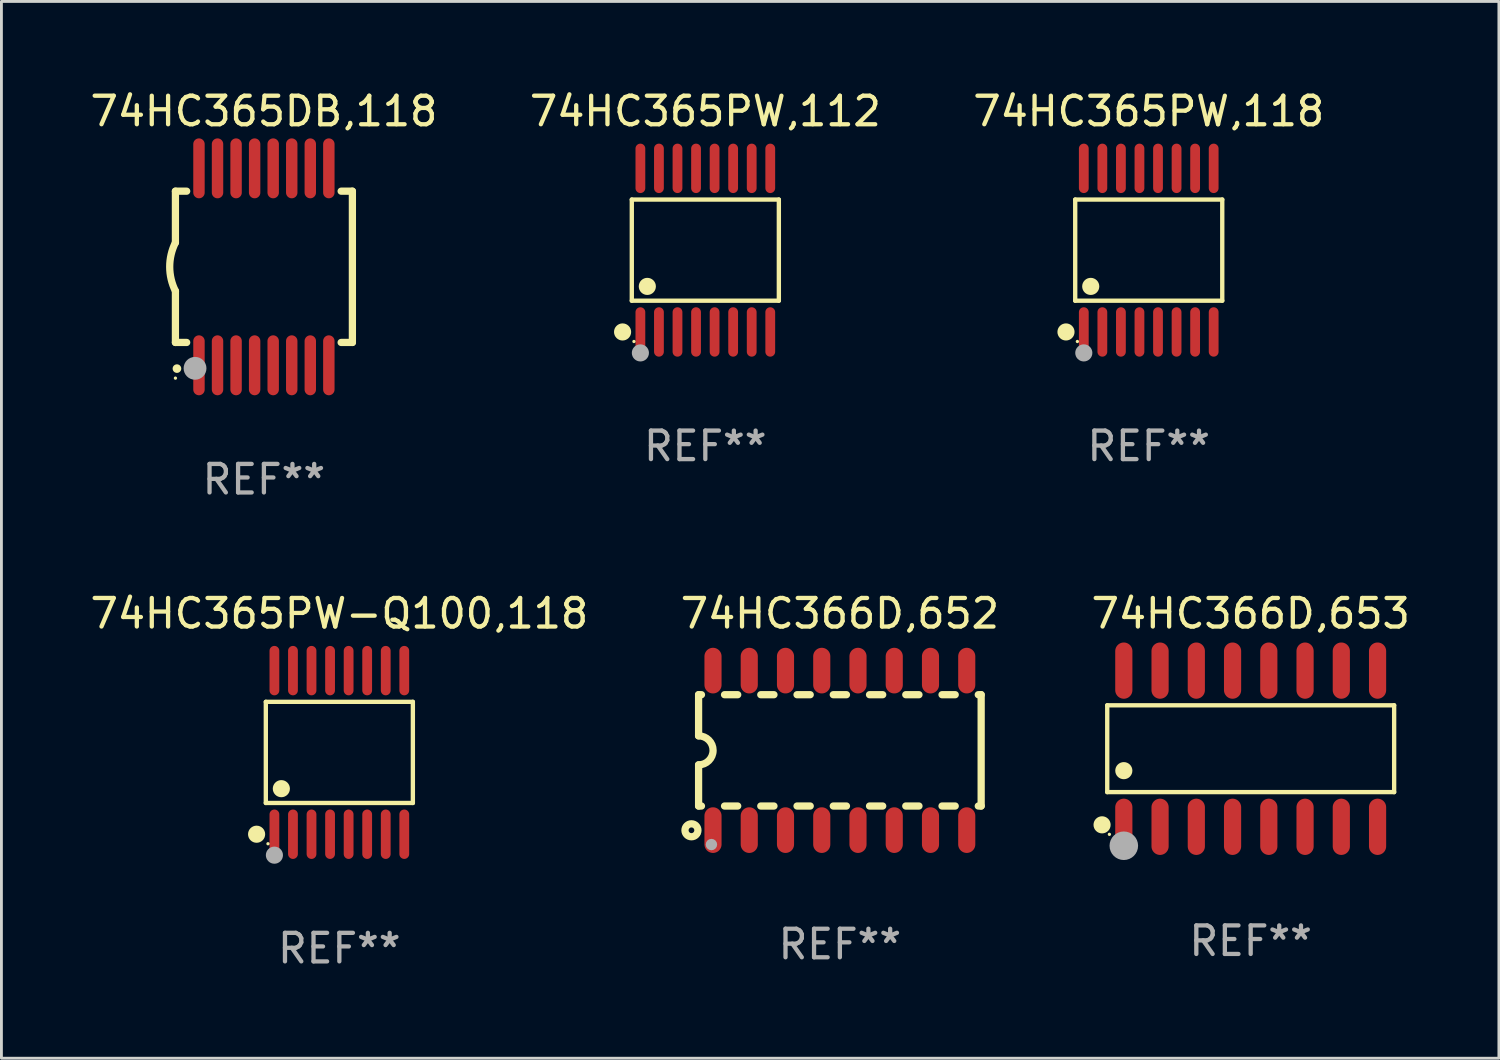
<source format=kicad_pcb>
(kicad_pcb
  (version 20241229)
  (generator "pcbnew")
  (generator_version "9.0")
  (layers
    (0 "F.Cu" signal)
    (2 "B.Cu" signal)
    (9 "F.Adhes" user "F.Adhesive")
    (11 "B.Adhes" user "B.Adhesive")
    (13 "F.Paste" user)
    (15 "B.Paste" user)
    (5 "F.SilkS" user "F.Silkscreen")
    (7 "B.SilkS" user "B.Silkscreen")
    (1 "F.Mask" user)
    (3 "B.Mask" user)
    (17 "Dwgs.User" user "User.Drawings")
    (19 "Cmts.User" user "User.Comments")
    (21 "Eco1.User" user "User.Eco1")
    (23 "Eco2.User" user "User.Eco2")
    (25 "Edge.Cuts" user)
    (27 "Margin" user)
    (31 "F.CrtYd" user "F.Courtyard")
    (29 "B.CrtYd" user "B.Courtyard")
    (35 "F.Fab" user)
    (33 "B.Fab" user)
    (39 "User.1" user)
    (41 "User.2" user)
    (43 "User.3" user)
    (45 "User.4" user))
  (footprint "74HC365PW,118"
    (layer "F.Cu")
    (at 37.196 5.714)
    (property "Reference" "74HC365PW,118" (at 0 -4.866 0) (layer "F.SilkS") (effects (font (size 1 1) (thickness 0.15))))
    (attr through_hole)
    (fp_line (start -2.576 -1.772) (end 2.576 -1.772) (stroke (width 0.152) (type solid)) (layer "F.SilkS"))
    (fp_line (start -2.576 1.771) (end -2.576 -1.772) (stroke (width 0.152) (type solid)) (layer "F.SilkS"))
    (fp_line (start 2.576 -1.772) (end 2.576 1.771) (stroke (width 0.152) (type solid)) (layer "F.SilkS"))
    (fp_line (start 2.576 1.771) (end -2.576 1.771) (stroke (width 0.152) (type solid)) (layer "F.SilkS"))
    (fp_circle (center -2.899 2.866) (end -2.749 2.866) (stroke (width 0.3) (type solid)) (fill no) (layer "F.SilkS"))
    (fp_circle (center -2.5 3.2) (end -2.47 3.2) (stroke (width 0.06) (type solid)) (fill no) (layer "F.SilkS"))
    (fp_circle (center -2.032 1.27) (end -1.882 1.27) (stroke (width 0.3) (type solid)) (fill no) (layer "F.SilkS"))
    (fp_circle (center -2.275 3.6) (end -2.125 3.6) (stroke (width 0.3) (type solid)) (fill no) (layer "F.Fab"))
    (fp_text user "REF**" (at 0 6.866 0) (layer "F.Fab") (effects (font (size 1 1) (thickness 0.15))))
    (pad "1" smd oval (at -2.275 2.866) (size 0.343 1.731) (layers "F.Cu" "F.Mask" "F.Paste"))
    (pad "2" smd oval (at -1.625 2.866) (size 0.343 1.731) (layers "F.Cu" "F.Mask" "F.Paste"))
    (pad "3" smd oval (at -0.975 2.866) (size 0.343 1.731) (layers "F.Cu" "F.Mask" "F.Paste"))
    (pad "4" smd oval (at -0.325 2.866) (size 0.343 1.731) (layers "F.Cu" "F.Mask" "F.Paste"))
    (pad "5" smd oval (at 0.325 2.866) (size 0.343 1.731) (layers "F.Cu" "F.Mask" "F.Paste"))
    (pad "6" smd oval (at 0.975 2.866) (size 0.343 1.731) (layers "F.Cu" "F.Mask" "F.Paste"))
    (pad "7" smd oval (at 1.625 2.866) (size 0.343 1.731) (layers "F.Cu" "F.Mask" "F.Paste"))
    (pad "8" smd oval (at 2.275 2.866) (size 0.343 1.731) (layers "F.Cu" "F.Mask" "F.Paste"))
    (pad "9" smd oval (at 2.275 -2.866) (size 0.343 1.731) (layers "F.Cu" "F.Mask" "F.Paste"))
    (pad "10" smd oval (at 1.625 -2.866) (size 0.343 1.731) (layers "F.Cu" "F.Mask" "F.Paste"))
    (pad "11" smd oval (at 0.975 -2.866) (size 0.343 1.731) (layers "F.Cu" "F.Mask" "F.Paste"))
    (pad "12" smd oval (at 0.325 -2.866) (size 0.343 1.731) (layers "F.Cu" "F.Mask" "F.Paste"))
    (pad "13" smd oval (at -0.325 -2.866) (size 0.343 1.731) (layers "F.Cu" "F.Mask" "F.Paste"))
    (pad "14" smd oval (at -0.975 -2.866) (size 0.343 1.731) (layers "F.Cu" "F.Mask" "F.Paste"))
    (pad "15" smd oval (at -1.625 -2.866) (size 0.343 1.731) (layers "F.Cu" "F.Mask" "F.Paste"))
    (pad "16" smd oval (at -2.275 -2.866) (size 0.343 1.731) (layers "F.Cu" "F.Mask" "F.Paste")))
  (footprint "74HC366D,653"
    (layer "F.Cu")
    (at 40.768 23.181)
    (property "Reference" "74HC366D,653" (at 0 -4.736 0) (layer "F.SilkS") (effects (font (size 1 1) (thickness 0.15))))
    (attr through_hole)
    (fp_line (start -5.026 -1.521) (end 5.026 -1.521) (stroke (width 0.152) (type solid)) (layer "F.SilkS"))
    (fp_line (start -5.026 1.521) (end -5.026 -1.521) (stroke (width 0.152) (type solid)) (layer "F.SilkS"))
    (fp_line (start 5.026 -1.521) (end 5.026 1.521) (stroke (width 0.152) (type solid)) (layer "F.SilkS"))
    (fp_line (start 5.026 1.521) (end -5.026 1.521) (stroke (width 0.152) (type solid)) (layer "F.SilkS"))
    (fp_circle (center -5.207 2.667) (end -5.057 2.667) (stroke (width 0.3) (type solid)) (fill no) (layer "F.SilkS"))
    (fp_circle (center -4.95 3) (end -4.92 3) (stroke (width 0.06) (type solid)) (fill no) (layer "F.SilkS"))
    (fp_circle (center -4.445 0.769) (end -4.295 0.769) (stroke (width 0.3) (type solid)) (fill no) (layer "F.SilkS"))
    (fp_circle (center -4.445 3.4) (end -4.195 3.4) (stroke (width 0.5) (type solid)) (fill no) (layer "F.Fab"))
    (fp_text user "REF**" (at 0 6.736 0) (layer "F.Fab") (effects (font (size 1 1) (thickness 0.15))))
    (pad "1" smd oval (at -4.445 2.736) (size 0.602 1.971) (layers "F.Cu" "F.Mask" "F.Paste"))
    (pad "2" smd oval (at -3.175 2.736) (size 0.602 1.971) (layers "F.Cu" "F.Mask" "F.Paste"))
    (pad "3" smd oval (at -1.905 2.736) (size 0.602 1.971) (layers "F.Cu" "F.Mask" "F.Paste"))
    (pad "4" smd oval (at -0.635 2.736) (size 0.602 1.971) (layers "F.Cu" "F.Mask" "F.Paste"))
    (pad "5" smd oval (at 0.635 2.736) (size 0.602 1.971) (layers "F.Cu" "F.Mask" "F.Paste"))
    (pad "6" smd oval (at 1.905 2.736) (size 0.602 1.971) (layers "F.Cu" "F.Mask" "F.Paste"))
    (pad "7" smd oval (at 3.175 2.736) (size 0.602 1.971) (layers "F.Cu" "F.Mask" "F.Paste"))
    (pad "8" smd oval (at 4.445 2.736) (size 0.602 1.971) (layers "F.Cu" "F.Mask" "F.Paste"))
    (pad "9" smd oval (at 4.445 -2.736) (size 0.602 1.971) (layers "F.Cu" "F.Mask" "F.Paste"))
    (pad "10" smd oval (at 3.175 -2.736) (size 0.602 1.971) (layers "F.Cu" "F.Mask" "F.Paste"))
    (pad "11" smd oval (at 1.905 -2.736) (size 0.602 1.971) (layers "F.Cu" "F.Mask" "F.Paste"))
    (pad "12" smd oval (at 0.635 -2.736) (size 0.602 1.971) (layers "F.Cu" "F.Mask" "F.Paste"))
    (pad "13" smd oval (at -0.635 -2.736) (size 0.602 1.971) (layers "F.Cu" "F.Mask" "F.Paste"))
    (pad "14" smd oval (at -1.905 -2.736) (size 0.602 1.971) (layers "F.Cu" "F.Mask" "F.Paste"))
    (pad "15" smd oval (at -3.175 -2.736) (size 0.602 1.971) (layers "F.Cu" "F.Mask" "F.Paste"))
    (pad "16" smd oval (at -4.445 -2.736) (size 0.602 1.971) (layers "F.Cu" "F.Mask" "F.Paste")))
  (footprint "74HC365PW-Q100,118"
    (layer "F.Cu")
    (at 8.839 23.311)
    (property "Reference" "74HC365PW-Q100,118" (at 0 -4.866 0) (layer "F.SilkS") (effects (font (size 1 1) (thickness 0.15))))
    (attr through_hole)
    (fp_line (start -2.576 -1.772) (end 2.576 -1.772) (stroke (width 0.152) (type solid)) (layer "F.SilkS"))
    (fp_line (start -2.576 1.771) (end -2.576 -1.772) (stroke (width 0.152) (type solid)) (layer "F.SilkS"))
    (fp_line (start 2.576 -1.772) (end 2.576 1.771) (stroke (width 0.152) (type solid)) (layer "F.SilkS"))
    (fp_line (start 2.576 1.771) (end -2.576 1.771) (stroke (width 0.152) (type solid)) (layer "F.SilkS"))
    (fp_circle (center -2.899 2.866) (end -2.749 2.866) (stroke (width 0.3) (type solid)) (fill no) (layer "F.SilkS"))
    (fp_circle (center -2.5 3.2) (end -2.47 3.2) (stroke (width 0.06) (type solid)) (fill no) (layer "F.SilkS"))
    (fp_circle (center -2.032 1.27) (end -1.882 1.27) (stroke (width 0.3) (type solid)) (fill no) (layer "F.SilkS"))
    (fp_circle (center -2.275 3.6) (end -2.125 3.6) (stroke (width 0.3) (type solid)) (fill no) (layer "F.Fab"))
    (fp_text user "REF**" (at 0 6.866 0) (layer "F.Fab") (effects (font (size 1 1) (thickness 0.15))))
    (pad "1" smd oval (at -2.275 2.866) (size 0.343 1.731) (layers "F.Cu" "F.Mask" "F.Paste"))
    (pad "2" smd oval (at -1.625 2.866) (size 0.343 1.731) (layers "F.Cu" "F.Mask" "F.Paste"))
    (pad "3" smd oval (at -0.975 2.866) (size 0.343 1.731) (layers "F.Cu" "F.Mask" "F.Paste"))
    (pad "4" smd oval (at -0.325 2.866) (size 0.343 1.731) (layers "F.Cu" "F.Mask" "F.Paste"))
    (pad "5" smd oval (at 0.325 2.866) (size 0.343 1.731) (layers "F.Cu" "F.Mask" "F.Paste"))
    (pad "6" smd oval (at 0.975 2.866) (size 0.343 1.731) (layers "F.Cu" "F.Mask" "F.Paste"))
    (pad "7" smd oval (at 1.625 2.866) (size 0.343 1.731) (layers "F.Cu" "F.Mask" "F.Paste"))
    (pad "8" smd oval (at 2.275 2.866) (size 0.343 1.731) (layers "F.Cu" "F.Mask" "F.Paste"))
    (pad "9" smd oval (at 2.275 -2.866) (size 0.343 1.731) (layers "F.Cu" "F.Mask" "F.Paste"))
    (pad "10" smd oval (at 1.625 -2.866) (size 0.343 1.731) (layers "F.Cu" "F.Mask" "F.Paste"))
    (pad "11" smd oval (at 0.975 -2.866) (size 0.343 1.731) (layers "F.Cu" "F.Mask" "F.Paste"))
    (pad "12" smd oval (at 0.325 -2.866) (size 0.343 1.731) (layers "F.Cu" "F.Mask" "F.Paste"))
    (pad "13" smd oval (at -0.325 -2.866) (size 0.343 1.731) (layers "F.Cu" "F.Mask" "F.Paste"))
    (pad "14" smd oval (at -0.975 -2.866) (size 0.343 1.731) (layers "F.Cu" "F.Mask" "F.Paste"))
    (pad "15" smd oval (at -1.625 -2.866) (size 0.343 1.731) (layers "F.Cu" "F.Mask" "F.Paste"))
    (pad "16" smd oval (at -2.275 -2.866) (size 0.343 1.731) (layers "F.Cu" "F.Mask" "F.Paste")))
  (footprint "74HC365DB,118"
    (layer "F.Cu")
    (at 6.196 6.298)
    (property "Reference" "74HC365DB,118" (at 0 -5.45 0) (layer "F.SilkS") (effects (font (size 1 1) (thickness 0.15))))
    (attr through_hole)
    (fp_line (start -3.1 -2.65) (end -3.1 -0.85) (stroke (width 0.254) (type solid)) (layer "F.SilkS"))
    (fp_line (start -3.1 -2.65) (end -2.706 -2.65) (stroke (width 0.254) (type solid)) (layer "F.SilkS"))
    (fp_line (start -3.1 2.65) (end -3.1 0.85) (stroke (width 0.254) (type solid)) (layer "F.SilkS"))
    (fp_line (start -3.1 2.65) (end -2.706 2.65) (stroke (width 0.254) (type solid)) (layer "F.SilkS"))
    (fp_line (start 2.706 -2.65) (end 3.1 -2.65) (stroke (width 0.254) (type solid)) (layer "F.SilkS"))
    (fp_line (start 2.706 2.65) (end 3.1 2.65) (stroke (width 0.254) (type solid)) (layer "F.SilkS"))
    (fp_line (start 3.1 -2.65) (end 3.1 2.65) (stroke (width 0.254) (type solid)) (layer "F.SilkS"))
    (fp_arc (start -3.098907 0.850902) (mid -3.300057 0.000523) (end -3.1 -0.850114) (stroke (width 0.254001) (type solid)) (layer "F.SilkS"))
    (fp_arc (start -3.048006 3.566066) (mid -3.046736 3.566061) (end -3.045466 3.566066) (stroke (width 0.3) (type solid)) (layer "F.SilkS"))
    (fp_circle (center -3.1 3.9) (end -3.07 3.9) (stroke (width 0.06) (type solid)) (fill no) (layer "F.SilkS"))
    (fp_circle (center -2.413 3.556) (end -2.213 3.556) (stroke (width 0.4) (type solid)) (fill no) (layer "F.Fab"))
    (fp_text user "REF**" (at 0 7.45 0) (layer "F.Fab") (effects (font (size 1 1) (thickness 0.15))))
    (pad "1" smd oval (at -2.275 3.45 180) (size 0.4 2.1) (layers "F.Cu" "F.Mask" "F.Paste"))
    (pad "2" smd oval (at -1.625 3.45 180) (size 0.4 2.1) (layers "F.Cu" "F.Mask" "F.Paste"))
    (pad "3" smd oval (at -0.975 3.45 180) (size 0.4 2.1) (layers "F.Cu" "F.Mask" "F.Paste"))
    (pad "4" smd oval (at -0.325 3.45 180) (size 0.4 2.1) (layers "F.Cu" "F.Mask" "F.Paste"))
    (pad "5" smd oval (at 0.325 3.45 180) (size 0.4 2.1) (layers "F.Cu" "F.Mask" "F.Paste"))
    (pad "6" smd oval (at 0.975 3.45 180) (size 0.4 2.1) (layers "F.Cu" "F.Mask" "F.Paste"))
    (pad "7" smd oval (at 1.625 3.45 180) (size 0.4 2.1) (layers "F.Cu" "F.Mask" "F.Paste"))
    (pad "8" smd oval (at 2.275 3.45 180) (size 0.4 2.1) (layers "F.Cu" "F.Mask" "F.Paste"))
    (pad "9" smd oval (at 2.275 -3.45 180) (size 0.4 2.1) (layers "F.Cu" "F.Mask" "F.Paste"))
    (pad "10" smd oval (at 1.625 -3.45 180) (size 0.4 2.1) (layers "F.Cu" "F.Mask" "F.Paste"))
    (pad "11" smd oval (at 0.975 -3.45 180) (size 0.4 2.1) (layers "F.Cu" "F.Mask" "F.Paste"))
    (pad "12" smd oval (at 0.325 -3.45 180) (size 0.4 2.1) (layers "F.Cu" "F.Mask" "F.Paste"))
    (pad "13" smd oval (at -0.325 -3.45 180) (size 0.4 2.1) (layers "F.Cu" "F.Mask" "F.Paste"))
    (pad "14" smd oval (at -0.975 -3.45 180) (size 0.4 2.1) (layers "F.Cu" "F.Mask" "F.Paste"))
    (pad "15" smd oval (at -1.625 -3.45 180) (size 0.4 2.1) (layers "F.Cu" "F.Mask" "F.Paste"))
    (pad "16" smd oval (at -2.275 -3.45 180) (size 0.4 2.1) (layers "F.Cu" "F.Mask" "F.Paste")))
  (footprint "74HC365PW,112"
    (layer "F.Cu")
    (at 21.661 5.714)
    (property "Reference" "74HC365PW,112" (at 0 -4.866 0) (layer "F.SilkS") (effects (font (size 1 1) (thickness 0.15))))
    (attr through_hole)
    (fp_line (start -2.576 -1.772) (end 2.576 -1.772) (stroke (width 0.152) (type solid)) (layer "F.SilkS"))
    (fp_line (start -2.576 1.771) (end -2.576 -1.772) (stroke (width 0.152) (type solid)) (layer "F.SilkS"))
    (fp_line (start 2.576 -1.772) (end 2.576 1.771) (stroke (width 0.152) (type solid)) (layer "F.SilkS"))
    (fp_line (start 2.576 1.771) (end -2.576 1.771) (stroke (width 0.152) (type solid)) (layer "F.SilkS"))
    (fp_circle (center -2.899 2.866) (end -2.749 2.866) (stroke (width 0.3) (type solid)) (fill no) (layer "F.SilkS"))
    (fp_circle (center -2.5 3.2) (end -2.47 3.2) (stroke (width 0.06) (type solid)) (fill no) (layer "F.SilkS"))
    (fp_circle (center -2.032 1.27) (end -1.882 1.27) (stroke (width 0.3) (type solid)) (fill no) (layer "F.SilkS"))
    (fp_circle (center -2.275 3.6) (end -2.125 3.6) (stroke (width 0.3) (type solid)) (fill no) (layer "F.Fab"))
    (fp_text user "REF**" (at 0 6.866 0) (layer "F.Fab") (effects (font (size 1 1) (thickness 0.15))))
    (pad "1" smd oval (at -2.275 2.866) (size 0.343 1.731) (layers "F.Cu" "F.Mask" "F.Paste"))
    (pad "2" smd oval (at -1.625 2.866) (size 0.343 1.731) (layers "F.Cu" "F.Mask" "F.Paste"))
    (pad "3" smd oval (at -0.975 2.866) (size 0.343 1.731) (layers "F.Cu" "F.Mask" "F.Paste"))
    (pad "4" smd oval (at -0.325 2.866) (size 0.343 1.731) (layers "F.Cu" "F.Mask" "F.Paste"))
    (pad "5" smd oval (at 0.325 2.866) (size 0.343 1.731) (layers "F.Cu" "F.Mask" "F.Paste"))
    (pad "6" smd oval (at 0.975 2.866) (size 0.343 1.731) (layers "F.Cu" "F.Mask" "F.Paste"))
    (pad "7" smd oval (at 1.625 2.866) (size 0.343 1.731) (layers "F.Cu" "F.Mask" "F.Paste"))
    (pad "8" smd oval (at 2.275 2.866) (size 0.343 1.731) (layers "F.Cu" "F.Mask" "F.Paste"))
    (pad "9" smd oval (at 2.275 -2.866) (size 0.343 1.731) (layers "F.Cu" "F.Mask" "F.Paste"))
    (pad "10" smd oval (at 1.625 -2.866) (size 0.343 1.731) (layers "F.Cu" "F.Mask" "F.Paste"))
    (pad "11" smd oval (at 0.975 -2.866) (size 0.343 1.731) (layers "F.Cu" "F.Mask" "F.Paste"))
    (pad "12" smd oval (at 0.325 -2.866) (size 0.343 1.731) (layers "F.Cu" "F.Mask" "F.Paste"))
    (pad "13" smd oval (at -0.325 -2.866) (size 0.343 1.731) (layers "F.Cu" "F.Mask" "F.Paste"))
    (pad "14" smd oval (at -0.975 -2.866) (size 0.343 1.731) (layers "F.Cu" "F.Mask" "F.Paste"))
    (pad "15" smd oval (at -1.625 -2.866) (size 0.343 1.731) (layers "F.Cu" "F.Mask" "F.Paste"))
    (pad "16" smd oval (at -2.275 -2.866) (size 0.343 1.731) (layers "F.Cu" "F.Mask" "F.Paste")))
  (footprint "74HC366D,652"
    (layer "F.Cu")
    (at 26.375 23.239)
    (property "Reference" "74HC366D,652" (at 0 -4.794 0) (layer "F.SilkS") (effects (font (size 1 1) (thickness 0.15))))
    (attr through_hole)
    (fp_line (start -4.95 -1.95) (end -4.95 -0.508) (stroke (width 0.254) (type solid)) (layer "F.SilkS"))
    (fp_line (start -4.95 -1.95) (end -4.849 -1.95) (stroke (width 0.254) (type solid)) (layer "F.SilkS"))
    (fp_line (start -4.95 1.95) (end -4.95 0.508) (stroke (width 0.254) (type solid)) (layer "F.SilkS"))
    (fp_line (start -4.95 1.95) (end -4.849 1.95) (stroke (width 0.254) (type solid)) (layer "F.SilkS"))
    (fp_line (start -4.041 -1.95) (end -3.579 -1.95) (stroke (width 0.254) (type solid)) (layer "F.SilkS"))
    (fp_line (start -4.041 1.95) (end -3.579 1.95) (stroke (width 0.254) (type solid)) (layer "F.SilkS"))
    (fp_line (start -2.771 -1.95) (end -2.309 -1.95) (stroke (width 0.254) (type solid)) (layer "F.SilkS"))
    (fp_line (start -2.771 1.95) (end -2.309 1.95) (stroke (width 0.254) (type solid)) (layer "F.SilkS"))
    (fp_line (start -1.501 -1.95) (end -1.039 -1.95) (stroke (width 0.254) (type solid)) (layer "F.SilkS"))
    (fp_line (start -1.501 1.95) (end -1.039 1.95) (stroke (width 0.254) (type solid)) (layer "F.SilkS"))
    (fp_line (start -0.231 -1.95) (end 0.231 -1.95) (stroke (width 0.254) (type solid)) (layer "F.SilkS"))
    (fp_line (start -0.231 1.95) (end 0.231 1.95) (stroke (width 0.254) (type solid)) (layer "F.SilkS"))
    (fp_line (start 1.039 -1.95) (end 1.501 -1.95) (stroke (width 0.254) (type solid)) (layer "F.SilkS"))
    (fp_line (start 1.039 1.95) (end 1.501 1.95) (stroke (width 0.254) (type solid)) (layer "F.SilkS"))
    (fp_line (start 2.309 -1.95) (end 2.771 -1.95) (stroke (width 0.254) (type solid)) (layer "F.SilkS"))
    (fp_line (start 2.309 1.95) (end 2.771 1.95) (stroke (width 0.254) (type solid)) (layer "F.SilkS"))
    (fp_line (start 3.579 -1.95) (end 4.041 -1.95) (stroke (width 0.254) (type solid)) (layer "F.SilkS"))
    (fp_line (start 3.579 1.95) (end 4.041 1.95) (stroke (width 0.254) (type solid)) (layer "F.SilkS"))
    (fp_line (start 4.849 -1.95) (end 4.95 -1.95) (stroke (width 0.254) (type solid)) (layer "F.SilkS"))
    (fp_line (start 4.849 1.95) (end 4.95 1.95) (stroke (width 0.254) (type solid)) (layer "F.SilkS"))
    (fp_line (start 4.95 -1.95) (end 4.95 1.95) (stroke (width 0.254) (type solid)) (layer "F.SilkS"))
    (fp_arc (start -4.95047 -0.508001) (mid -4.442469 -0.000228) (end -4.950013 0.508001) (stroke (width 0.254001) (type solid)) (layer "F.SilkS"))
    (fp_circle (center -5.2 2.8) (end -5.1 2.8) (stroke (width 0.254) (type solid)) (fill no) (layer "F.SilkS"))
    (fp_circle (center -4.95 2.947) (end -4.92 2.947) (stroke (width 0.06) (type solid)) (fill no) (layer "F.SilkS"))
    (fp_circle (center -4.5 3.3) (end -4.4 3.3) (stroke (width 0.2) (type solid)) (fill no) (layer "F.Fab"))
    (fp_text user "REF**" (at 0 6.794 0) (layer "F.Fab") (effects (font (size 1 1) (thickness 0.15))))
    (pad "1" smd oval (at -4.445 2.794) (size 0.6 1.6) (layers "F.Cu" "F.Mask" "F.Paste"))
    (pad "2" smd oval (at -3.175 2.794) (size 0.6 1.6) (layers "F.Cu" "F.Mask" "F.Paste"))
    (pad "3" smd oval (at -1.905 2.794) (size 0.6 1.6) (layers "F.Cu" "F.Mask" "F.Paste"))
    (pad "4" smd oval (at -0.635 2.794) (size 0.6 1.6) (layers "F.Cu" "F.Mask" "F.Paste"))
    (pad "5" smd oval (at 0.635 2.794) (size 0.6 1.6) (layers "F.Cu" "F.Mask" "F.Paste"))
    (pad "6" smd oval (at 1.905 2.794) (size 0.6 1.6) (layers "F.Cu" "F.Mask" "F.Paste"))
    (pad "7" smd oval (at 3.175 2.794) (size 0.6 1.6) (layers "F.Cu" "F.Mask" "F.Paste"))
    (pad "8" smd oval (at 4.445 2.794) (size 0.6 1.6) (layers "F.Cu" "F.Mask" "F.Paste"))
    (pad "9" smd oval (at 4.445 -2.794) (size 0.6 1.6) (layers "F.Cu" "F.Mask" "F.Paste"))
    (pad "10" smd oval (at 3.175 -2.794) (size 0.6 1.6) (layers "F.Cu" "F.Mask" "F.Paste"))
    (pad "11" smd oval (at 1.905 -2.794) (size 0.6 1.6) (layers "F.Cu" "F.Mask" "F.Paste"))
    (pad "12" smd oval (at 0.635 -2.794) (size 0.6 1.6) (layers "F.Cu" "F.Mask" "F.Paste"))
    (pad "13" smd oval (at -0.635 -2.794) (size 0.6 1.6) (layers "F.Cu" "F.Mask" "F.Paste"))
    (pad "14" smd oval (at -1.905 -2.794) (size 0.6 1.6) (layers "F.Cu" "F.Mask" "F.Paste"))
    (pad "15" smd oval (at -3.175 -2.794) (size 0.6 1.6) (layers "F.Cu" "F.Mask" "F.Paste"))
    (pad "16" smd oval (at -4.445 -2.794) (size 0.6 1.6) (layers "F.Cu" "F.Mask" "F.Paste")))
  (gr_rect
    (start -3 -3)
    (end 49.464 34.025)
    (stroke (width 0.1) (type default))
    (fill no)
    (layer "Edge.Cuts")))
</source>
